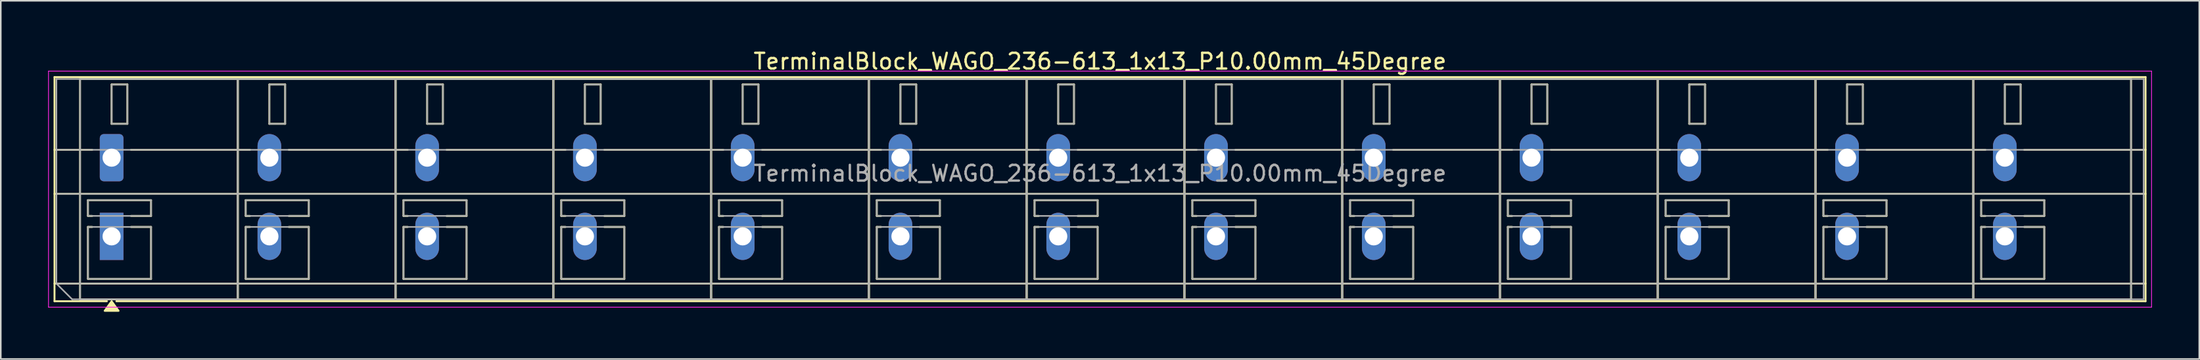
<source format=kicad_pcb>
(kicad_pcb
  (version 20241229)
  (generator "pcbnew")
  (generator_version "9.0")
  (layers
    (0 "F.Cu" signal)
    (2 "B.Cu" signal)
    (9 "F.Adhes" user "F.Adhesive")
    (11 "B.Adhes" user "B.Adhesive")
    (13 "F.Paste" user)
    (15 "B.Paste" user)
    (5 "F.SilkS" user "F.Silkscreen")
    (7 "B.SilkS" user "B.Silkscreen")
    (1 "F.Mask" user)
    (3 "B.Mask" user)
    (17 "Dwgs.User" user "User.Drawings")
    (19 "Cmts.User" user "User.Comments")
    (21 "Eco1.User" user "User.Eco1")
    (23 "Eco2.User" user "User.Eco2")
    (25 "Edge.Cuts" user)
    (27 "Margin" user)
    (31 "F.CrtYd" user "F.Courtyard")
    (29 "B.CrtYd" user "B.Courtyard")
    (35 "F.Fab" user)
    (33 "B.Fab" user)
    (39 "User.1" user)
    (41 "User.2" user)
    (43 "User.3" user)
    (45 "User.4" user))
  (footprint "TerminalBlock_WAGO_236-613_1x13_P10.00mm_45Degree"
    (layer "F.Cu")
    (at 4.025 6.968)
    (property "Reference" "TerminalBlock_WAGO_236-613_1x13_P10.00mm_45Degree" (at 62.65 -6.12 0) (layer "F.SilkS") (effects (font (size 1 1) (thickness 0.15))))
    (attr through_hole)
    (fp_line (start -3.62 -5.12) (end -3.62 9.12) (stroke (width 0.12) (type solid)) (layer "F.SilkS"))
    (fp_line (start -3.62 -5.12) (end 128.92 -5.12) (stroke (width 0.12) (type solid)) (layer "F.SilkS"))
    (fp_line (start -3.62 -0.5) (end -1.23 -0.5) (stroke (width 0.12) (type solid)) (layer "F.SilkS"))
    (fp_line (start -3.62 2.3) (end 128.92 2.3) (stroke (width 0.12) (type solid)) (layer "F.SilkS"))
    (fp_line (start -3.62 8) (end 128.92 8) (stroke (width 0.12) (type solid)) (layer "F.SilkS"))
    (fp_line (start -3.62 9.12) (end -0.3 9.12) (stroke (width 0.12) (type solid)) (layer "F.SilkS"))
    (fp_line (start -2 -5) (end -2 9) (stroke (width 0.12) (type solid)) (layer "F.SilkS"))
    (fp_line (start -2 -5) (end 8 -5) (stroke (width 0.12) (type solid)) (layer "F.SilkS"))
    (fp_line (start -2 9) (end 8 9) (stroke (width 0.12) (type solid)) (layer "F.SilkS"))
    (fp_line (start -1.5 2.7) (end -1.5 3.7) (stroke (width 0.12) (type solid)) (layer "F.SilkS"))
    (fp_line (start -1.5 2.7) (end 2.5 2.7) (stroke (width 0.12) (type solid)) (layer "F.SilkS"))
    (fp_line (start -1.5 3.7) (end -1.23 3.7) (stroke (width 0.12) (type solid)) (layer "F.SilkS"))
    (fp_line (start -1.5 4.4) (end -1.5 7.7) (stroke (width 0.12) (type solid)) (layer "F.SilkS"))
    (fp_line (start -1.5 4.4) (end -1.23 4.4) (stroke (width 0.12) (type solid)) (layer "F.SilkS"))
    (fp_line (start -1.5 7.7) (end 2.5 7.7) (stroke (width 0.12) (type solid)) (layer "F.SilkS"))
    (fp_line (start 0 -4.65) (end 0 -2.15) (stroke (width 0.12) (type solid)) (layer "F.SilkS"))
    (fp_line (start 0 -4.65) (end 1 -4.65) (stroke (width 0.12) (type solid)) (layer "F.SilkS"))
    (fp_line (start 0 -2.15) (end 1 -2.15) (stroke (width 0.12) (type solid)) (layer "F.SilkS"))
    (fp_line (start 0.3 9.12) (end 128.92 9.12) (stroke (width 0.12) (type solid)) (layer "F.SilkS"))
    (fp_line (start 1 -4.65) (end 1 -2.15) (stroke (width 0.12) (type solid)) (layer "F.SilkS"))
    (fp_line (start 1.23 -0.5) (end 8.77 -0.5) (stroke (width 0.12) (type solid)) (layer "F.SilkS"))
    (fp_line (start 1.23 3.7) (end 2.5 3.7) (stroke (width 0.12) (type solid)) (layer "F.SilkS"))
    (fp_line (start 1.23 4.4) (end 2.5 4.4) (stroke (width 0.12) (type solid)) (layer "F.SilkS"))
    (fp_line (start 2.5 2.7) (end 2.5 3.7) (stroke (width 0.12) (type solid)) (layer "F.SilkS"))
    (fp_line (start 2.5 4.4) (end 2.5 7.7) (stroke (width 0.12) (type solid)) (layer "F.SilkS"))
    (fp_line (start 8 -5) (end 8 9) (stroke (width 0.12) (type solid)) (layer "F.SilkS"))
    (fp_line (start 8 -5) (end 8 9) (stroke (width 0.12) (type solid)) (layer "F.SilkS"))
    (fp_line (start 8 -5) (end 18 -5) (stroke (width 0.12) (type solid)) (layer "F.SilkS"))
    (fp_line (start 8 9) (end 18 9) (stroke (width 0.12) (type solid)) (layer "F.SilkS"))
    (fp_line (start 8.5 2.7) (end 8.5 3.7) (stroke (width 0.12) (type solid)) (layer "F.SilkS"))
    (fp_line (start 8.5 2.7) (end 12.5 2.7) (stroke (width 0.12) (type solid)) (layer "F.SilkS"))
    (fp_line (start 8.5 3.7) (end 8.77 3.7) (stroke (width 0.12) (type solid)) (layer "F.SilkS"))
    (fp_line (start 8.5 4.4) (end 8.5 7.7) (stroke (width 0.12) (type solid)) (layer "F.SilkS"))
    (fp_line (start 8.5 4.4) (end 8.77 4.4) (stroke (width 0.12) (type solid)) (layer "F.SilkS"))
    (fp_line (start 8.5 7.7) (end 12.5 7.7) (stroke (width 0.12) (type solid)) (layer "F.SilkS"))
    (fp_line (start 10 -4.65) (end 10 -2.15) (stroke (width 0.12) (type solid)) (layer "F.SilkS"))
    (fp_line (start 10 -4.65) (end 11 -4.65) (stroke (width 0.12) (type solid)) (layer "F.SilkS"))
    (fp_line (start 10 -2.15) (end 11 -2.15) (stroke (width 0.12) (type solid)) (layer "F.SilkS"))
    (fp_line (start 11 -4.65) (end 11 -2.15) (stroke (width 0.12) (type solid)) (layer "F.SilkS"))
    (fp_line (start 11.23 -0.5) (end 18.77 -0.5) (stroke (width 0.12) (type solid)) (layer "F.SilkS"))
    (fp_line (start 11.23 3.7) (end 12.5 3.7) (stroke (width 0.12) (type solid)) (layer "F.SilkS"))
    (fp_line (start 11.23 4.4) (end 12.5 4.4) (stroke (width 0.12) (type solid)) (layer "F.SilkS"))
    (fp_line (start 12.5 2.7) (end 12.5 3.7) (stroke (width 0.12) (type solid)) (layer "F.SilkS"))
    (fp_line (start 12.5 4.4) (end 12.5 7.7) (stroke (width 0.12) (type solid)) (layer "F.SilkS"))
    (fp_line (start 18 -5) (end 18 9) (stroke (width 0.12) (type solid)) (layer "F.SilkS"))
    (fp_line (start 18 -5) (end 18 9) (stroke (width 0.12) (type solid)) (layer "F.SilkS"))
    (fp_line (start 18 -5) (end 28 -5) (stroke (width 0.12) (type solid)) (layer "F.SilkS"))
    (fp_line (start 18 9) (end 28 9) (stroke (width 0.12) (type solid)) (layer "F.SilkS"))
    (fp_line (start 18.5 2.7) (end 18.5 3.7) (stroke (width 0.12) (type solid)) (layer "F.SilkS"))
    (fp_line (start 18.5 2.7) (end 22.5 2.7) (stroke (width 0.12) (type solid)) (layer "F.SilkS"))
    (fp_line (start 18.5 3.7) (end 18.77 3.7) (stroke (width 0.12) (type solid)) (layer "F.SilkS"))
    (fp_line (start 18.5 4.4) (end 18.5 7.7) (stroke (width 0.12) (type solid)) (layer "F.SilkS"))
    (fp_line (start 18.5 4.4) (end 18.77 4.4) (stroke (width 0.12) (type solid)) (layer "F.SilkS"))
    (fp_line (start 18.5 7.7) (end 22.5 7.7) (stroke (width 0.12) (type solid)) (layer "F.SilkS"))
    (fp_line (start 20 -4.65) (end 20 -2.15) (stroke (width 0.12) (type solid)) (layer "F.SilkS"))
    (fp_line (start 20 -4.65) (end 21 -4.65) (stroke (width 0.12) (type solid)) (layer "F.SilkS"))
    (fp_line (start 20 -2.15) (end 21 -2.15) (stroke (width 0.12) (type solid)) (layer "F.SilkS"))
    (fp_line (start 21 -4.65) (end 21 -2.15) (stroke (width 0.12) (type solid)) (layer "F.SilkS"))
    (fp_line (start 21.23 -0.5) (end 28.77 -0.5) (stroke (width 0.12) (type solid)) (layer "F.SilkS"))
    (fp_line (start 21.23 3.7) (end 22.5 3.7) (stroke (width 0.12) (type solid)) (layer "F.SilkS"))
    (fp_line (start 21.23 4.4) (end 22.5 4.4) (stroke (width 0.12) (type solid)) (layer "F.SilkS"))
    (fp_line (start 22.5 2.7) (end 22.5 3.7) (stroke (width 0.12) (type solid)) (layer "F.SilkS"))
    (fp_line (start 22.5 4.4) (end 22.5 7.7) (stroke (width 0.12) (type solid)) (layer "F.SilkS"))
    (fp_line (start 28 -5) (end 28 9) (stroke (width 0.12) (type solid)) (layer "F.SilkS"))
    (fp_line (start 28 -5) (end 28 9) (stroke (width 0.12) (type solid)) (layer "F.SilkS"))
    (fp_line (start 28 -5) (end 38 -5) (stroke (width 0.12) (type solid)) (layer "F.SilkS"))
    (fp_line (start 28 9) (end 38 9) (stroke (width 0.12) (type solid)) (layer "F.SilkS"))
    (fp_line (start 28.5 2.7) (end 28.5 3.7) (stroke (width 0.12) (type solid)) (layer "F.SilkS"))
    (fp_line (start 28.5 2.7) (end 32.5 2.7) (stroke (width 0.12) (type solid)) (layer "F.SilkS"))
    (fp_line (start 28.5 3.7) (end 28.77 3.7) (stroke (width 0.12) (type solid)) (layer "F.SilkS"))
    (fp_line (start 28.5 4.4) (end 28.5 7.7) (stroke (width 0.12) (type solid)) (layer "F.SilkS"))
    (fp_line (start 28.5 4.4) (end 28.77 4.4) (stroke (width 0.12) (type solid)) (layer "F.SilkS"))
    (fp_line (start 28.5 7.7) (end 32.5 7.7) (stroke (width 0.12) (type solid)) (layer "F.SilkS"))
    (fp_line (start 30 -4.65) (end 30 -2.15) (stroke (width 0.12) (type solid)) (layer "F.SilkS"))
    (fp_line (start 30 -4.65) (end 31 -4.65) (stroke (width 0.12) (type solid)) (layer "F.SilkS"))
    (fp_line (start 30 -2.15) (end 31 -2.15) (stroke (width 0.12) (type solid)) (layer "F.SilkS"))
    (fp_line (start 31 -4.65) (end 31 -2.15) (stroke (width 0.12) (type solid)) (layer "F.SilkS"))
    (fp_line (start 31.23 -0.5) (end 38.77 -0.5) (stroke (width 0.12) (type solid)) (layer "F.SilkS"))
    (fp_line (start 31.23 3.7) (end 32.5 3.7) (stroke (width 0.12) (type solid)) (layer "F.SilkS"))
    (fp_line (start 31.23 4.4) (end 32.5 4.4) (stroke (width 0.12) (type solid)) (layer "F.SilkS"))
    (fp_line (start 32.5 2.7) (end 32.5 3.7) (stroke (width 0.12) (type solid)) (layer "F.SilkS"))
    (fp_line (start 32.5 4.4) (end 32.5 7.7) (stroke (width 0.12) (type solid)) (layer "F.SilkS"))
    (fp_line (start 38 -5) (end 38 9) (stroke (width 0.12) (type solid)) (layer "F.SilkS"))
    (fp_line (start 38 -5) (end 38 9) (stroke (width 0.12) (type solid)) (layer "F.SilkS"))
    (fp_line (start 38 -5) (end 48 -5) (stroke (width 0.12) (type solid)) (layer "F.SilkS"))
    (fp_line (start 38 9) (end 48 9) (stroke (width 0.12) (type solid)) (layer "F.SilkS"))
    (fp_line (start 38.5 2.7) (end 38.5 3.7) (stroke (width 0.12) (type solid)) (layer "F.SilkS"))
    (fp_line (start 38.5 2.7) (end 42.5 2.7) (stroke (width 0.12) (type solid)) (layer "F.SilkS"))
    (fp_line (start 38.5 3.7) (end 38.77 3.7) (stroke (width 0.12) (type solid)) (layer "F.SilkS"))
    (fp_line (start 38.5 4.4) (end 38.5 7.7) (stroke (width 0.12) (type solid)) (layer "F.SilkS"))
    (fp_line (start 38.5 4.4) (end 38.77 4.4) (stroke (width 0.12) (type solid)) (layer "F.SilkS"))
    (fp_line (start 38.5 7.7) (end 42.5 7.7) (stroke (width 0.12) (type solid)) (layer "F.SilkS"))
    (fp_line (start 40 -4.65) (end 40 -2.15) (stroke (width 0.12) (type solid)) (layer "F.SilkS"))
    (fp_line (start 40 -4.65) (end 41 -4.65) (stroke (width 0.12) (type solid)) (layer "F.SilkS"))
    (fp_line (start 40 -2.15) (end 41 -2.15) (stroke (width 0.12) (type solid)) (layer "F.SilkS"))
    (fp_line (start 41 -4.65) (end 41 -2.15) (stroke (width 0.12) (type solid)) (layer "F.SilkS"))
    (fp_line (start 41.23 -0.5) (end 48.77 -0.5) (stroke (width 0.12) (type solid)) (layer "F.SilkS"))
    (fp_line (start 41.23 3.7) (end 42.5 3.7) (stroke (width 0.12) (type solid)) (layer "F.SilkS"))
    (fp_line (start 41.23 4.4) (end 42.5 4.4) (stroke (width 0.12) (type solid)) (layer "F.SilkS"))
    (fp_line (start 42.5 2.7) (end 42.5 3.7) (stroke (width 0.12) (type solid)) (layer "F.SilkS"))
    (fp_line (start 42.5 4.4) (end 42.5 7.7) (stroke (width 0.12) (type solid)) (layer "F.SilkS"))
    (fp_line (start 48 -5) (end 48 9) (stroke (width 0.12) (type solid)) (layer "F.SilkS"))
    (fp_line (start 48 -5) (end 48 9) (stroke (width 0.12) (type solid)) (layer "F.SilkS"))
    (fp_line (start 48 -5) (end 58 -5) (stroke (width 0.12) (type solid)) (layer "F.SilkS"))
    (fp_line (start 48 9) (end 58 9) (stroke (width 0.12) (type solid)) (layer "F.SilkS"))
    (fp_line (start 48.5 2.7) (end 48.5 3.7) (stroke (width 0.12) (type solid)) (layer "F.SilkS"))
    (fp_line (start 48.5 2.7) (end 52.5 2.7) (stroke (width 0.12) (type solid)) (layer "F.SilkS"))
    (fp_line (start 48.5 3.7) (end 48.77 3.7) (stroke (width 0.12) (type solid)) (layer "F.SilkS"))
    (fp_line (start 48.5 4.4) (end 48.5 7.7) (stroke (width 0.12) (type solid)) (layer "F.SilkS"))
    (fp_line (start 48.5 4.4) (end 48.77 4.4) (stroke (width 0.12) (type solid)) (layer "F.SilkS"))
    (fp_line (start 48.5 7.7) (end 52.5 7.7) (stroke (width 0.12) (type solid)) (layer "F.SilkS"))
    (fp_line (start 50 -4.65) (end 50 -2.15) (stroke (width 0.12) (type solid)) (layer "F.SilkS"))
    (fp_line (start 50 -4.65) (end 51 -4.65) (stroke (width 0.12) (type solid)) (layer "F.SilkS"))
    (fp_line (start 50 -2.15) (end 51 -2.15) (stroke (width 0.12) (type solid)) (layer "F.SilkS"))
    (fp_line (start 51 -4.65) (end 51 -2.15) (stroke (width 0.12) (type solid)) (layer "F.SilkS"))
    (fp_line (start 51.23 -0.5) (end 58.77 -0.5) (stroke (width 0.12) (type solid)) (layer "F.SilkS"))
    (fp_line (start 51.23 3.7) (end 52.5 3.7) (stroke (width 0.12) (type solid)) (layer "F.SilkS"))
    (fp_line (start 51.23 4.4) (end 52.5 4.4) (stroke (width 0.12) (type solid)) (layer "F.SilkS"))
    (fp_line (start 52.5 2.7) (end 52.5 3.7) (stroke (width 0.12) (type solid)) (layer "F.SilkS"))
    (fp_line (start 52.5 4.4) (end 52.5 7.7) (stroke (width 0.12) (type solid)) (layer "F.SilkS"))
    (fp_line (start 58 -5) (end 58 9) (stroke (width 0.12) (type solid)) (layer "F.SilkS"))
    (fp_line (start 58 -5) (end 58 9) (stroke (width 0.12) (type solid)) (layer "F.SilkS"))
    (fp_line (start 58 -5) (end 68 -5) (stroke (width 0.12) (type solid)) (layer "F.SilkS"))
    (fp_line (start 58 9) (end 68 9) (stroke (width 0.12) (type solid)) (layer "F.SilkS"))
    (fp_line (start 58.5 2.7) (end 58.5 3.7) (stroke (width 0.12) (type solid)) (layer "F.SilkS"))
    (fp_line (start 58.5 2.7) (end 62.5 2.7) (stroke (width 0.12) (type solid)) (layer "F.SilkS"))
    (fp_line (start 58.5 3.7) (end 58.77 3.7) (stroke (width 0.12) (type solid)) (layer "F.SilkS"))
    (fp_line (start 58.5 4.4) (end 58.5 7.7) (stroke (width 0.12) (type solid)) (layer "F.SilkS"))
    (fp_line (start 58.5 4.4) (end 58.77 4.4) (stroke (width 0.12) (type solid)) (layer "F.SilkS"))
    (fp_line (start 58.5 7.7) (end 62.5 7.7) (stroke (width 0.12) (type solid)) (layer "F.SilkS"))
    (fp_line (start 60 -4.65) (end 60 -2.15) (stroke (width 0.12) (type solid)) (layer "F.SilkS"))
    (fp_line (start 60 -4.65) (end 61 -4.65) (stroke (width 0.12) (type solid)) (layer "F.SilkS"))
    (fp_line (start 60 -2.15) (end 61 -2.15) (stroke (width 0.12) (type solid)) (layer "F.SilkS"))
    (fp_line (start 61 -4.65) (end 61 -2.15) (stroke (width 0.12) (type solid)) (layer "F.SilkS"))
    (fp_line (start 61.23 -0.5) (end 68.77 -0.5) (stroke (width 0.12) (type solid)) (layer "F.SilkS"))
    (fp_line (start 61.23 3.7) (end 62.5 3.7) (stroke (width 0.12) (type solid)) (layer "F.SilkS"))
    (fp_line (start 61.23 4.4) (end 62.5 4.4) (stroke (width 0.12) (type solid)) (layer "F.SilkS"))
    (fp_line (start 62.5 2.7) (end 62.5 3.7) (stroke (width 0.12) (type solid)) (layer "F.SilkS"))
    (fp_line (start 62.5 4.4) (end 62.5 7.7) (stroke (width 0.12) (type solid)) (layer "F.SilkS"))
    (fp_line (start 68 -5) (end 68 9) (stroke (width 0.12) (type solid)) (layer "F.SilkS"))
    (fp_line (start 68 -5) (end 68 9) (stroke (width 0.12) (type solid)) (layer "F.SilkS"))
    (fp_line (start 68 -5) (end 78 -5) (stroke (width 0.12) (type solid)) (layer "F.SilkS"))
    (fp_line (start 68 9) (end 78 9) (stroke (width 0.12) (type solid)) (layer "F.SilkS"))
    (fp_line (start 68.5 2.7) (end 68.5 3.7) (stroke (width 0.12) (type solid)) (layer "F.SilkS"))
    (fp_line (start 68.5 2.7) (end 72.5 2.7) (stroke (width 0.12) (type solid)) (layer "F.SilkS"))
    (fp_line (start 68.5 3.7) (end 68.77 3.7) (stroke (width 0.12) (type solid)) (layer "F.SilkS"))
    (fp_line (start 68.5 4.4) (end 68.5 7.7) (stroke (width 0.12) (type solid)) (layer "F.SilkS"))
    (fp_line (start 68.5 4.4) (end 68.77 4.4) (stroke (width 0.12) (type solid)) (layer "F.SilkS"))
    (fp_line (start 68.5 7.7) (end 72.5 7.7) (stroke (width 0.12) (type solid)) (layer "F.SilkS"))
    (fp_line (start 70 -4.65) (end 70 -2.15) (stroke (width 0.12) (type solid)) (layer "F.SilkS"))
    (fp_line (start 70 -4.65) (end 71 -4.65) (stroke (width 0.12) (type solid)) (layer "F.SilkS"))
    (fp_line (start 70 -2.15) (end 71 -2.15) (stroke (width 0.12) (type solid)) (layer "F.SilkS"))
    (fp_line (start 71 -4.65) (end 71 -2.15) (stroke (width 0.12) (type solid)) (layer "F.SilkS"))
    (fp_line (start 71.23 -0.5) (end 78.77 -0.5) (stroke (width 0.12) (type solid)) (layer "F.SilkS"))
    (fp_line (start 71.23 3.7) (end 72.5 3.7) (stroke (width 0.12) (type solid)) (layer "F.SilkS"))
    (fp_line (start 71.23 4.4) (end 72.5 4.4) (stroke (width 0.12) (type solid)) (layer "F.SilkS"))
    (fp_line (start 72.5 2.7) (end 72.5 3.7) (stroke (width 0.12) (type solid)) (layer "F.SilkS"))
    (fp_line (start 72.5 4.4) (end 72.5 7.7) (stroke (width 0.12) (type solid)) (layer "F.SilkS"))
    (fp_line (start 78 -5) (end 78 9) (stroke (width 0.12) (type solid)) (layer "F.SilkS"))
    (fp_line (start 78 -5) (end 78 9) (stroke (width 0.12) (type solid)) (layer "F.SilkS"))
    (fp_line (start 78 -5) (end 88 -5) (stroke (width 0.12) (type solid)) (layer "F.SilkS"))
    (fp_line (start 78 9) (end 88 9) (stroke (width 0.12) (type solid)) (layer "F.SilkS"))
    (fp_line (start 78.5 2.7) (end 78.5 3.7) (stroke (width 0.12) (type solid)) (layer "F.SilkS"))
    (fp_line (start 78.5 2.7) (end 82.5 2.7) (stroke (width 0.12) (type solid)) (layer "F.SilkS"))
    (fp_line (start 78.5 3.7) (end 78.77 3.7) (stroke (width 0.12) (type solid)) (layer "F.SilkS"))
    (fp_line (start 78.5 4.4) (end 78.5 7.7) (stroke (width 0.12) (type solid)) (layer "F.SilkS"))
    (fp_line (start 78.5 4.4) (end 78.77 4.4) (stroke (width 0.12) (type solid)) (layer "F.SilkS"))
    (fp_line (start 78.5 7.7) (end 82.5 7.7) (stroke (width 0.12) (type solid)) (layer "F.SilkS"))
    (fp_line (start 80 -4.65) (end 80 -2.15) (stroke (width 0.12) (type solid)) (layer "F.SilkS"))
    (fp_line (start 80 -4.65) (end 81 -4.65) (stroke (width 0.12) (type solid)) (layer "F.SilkS"))
    (fp_line (start 80 -2.15) (end 81 -2.15) (stroke (width 0.12) (type solid)) (layer "F.SilkS"))
    (fp_line (start 81 -4.65) (end 81 -2.15) (stroke (width 0.12) (type solid)) (layer "F.SilkS"))
    (fp_line (start 81.23 -0.5) (end 88.77 -0.5) (stroke (width 0.12) (type solid)) (layer "F.SilkS"))
    (fp_line (start 81.23 3.7) (end 82.5 3.7) (stroke (width 0.12) (type solid)) (layer "F.SilkS"))
    (fp_line (start 81.23 4.4) (end 82.5 4.4) (stroke (width 0.12) (type solid)) (layer "F.SilkS"))
    (fp_line (start 82.5 2.7) (end 82.5 3.7) (stroke (width 0.12) (type solid)) (layer "F.SilkS"))
    (fp_line (start 82.5 4.4) (end 82.5 7.7) (stroke (width 0.12) (type solid)) (layer "F.SilkS"))
    (fp_line (start 88 -5) (end 88 9) (stroke (width 0.12) (type solid)) (layer "F.SilkS"))
    (fp_line (start 88 -5) (end 88 9) (stroke (width 0.12) (type solid)) (layer "F.SilkS"))
    (fp_line (start 88 -5) (end 98 -5) (stroke (width 0.12) (type solid)) (layer "F.SilkS"))
    (fp_line (start 88 9) (end 98 9) (stroke (width 0.12) (type solid)) (layer "F.SilkS"))
    (fp_line (start 88.5 2.7) (end 88.5 3.7) (stroke (width 0.12) (type solid)) (layer "F.SilkS"))
    (fp_line (start 88.5 2.7) (end 92.5 2.7) (stroke (width 0.12) (type solid)) (layer "F.SilkS"))
    (fp_line (start 88.5 3.7) (end 88.77 3.7) (stroke (width 0.12) (type solid)) (layer "F.SilkS"))
    (fp_line (start 88.5 4.4) (end 88.5 7.7) (stroke (width 0.12) (type solid)) (layer "F.SilkS"))
    (fp_line (start 88.5 4.4) (end 88.77 4.4) (stroke (width 0.12) (type solid)) (layer "F.SilkS"))
    (fp_line (start 88.5 7.7) (end 92.5 7.7) (stroke (width 0.12) (type solid)) (layer "F.SilkS"))
    (fp_line (start 90 -4.65) (end 90 -2.15) (stroke (width 0.12) (type solid)) (layer "F.SilkS"))
    (fp_line (start 90 -4.65) (end 91 -4.65) (stroke (width 0.12) (type solid)) (layer "F.SilkS"))
    (fp_line (start 90 -2.15) (end 91 -2.15) (stroke (width 0.12) (type solid)) (layer "F.SilkS"))
    (fp_line (start 91 -4.65) (end 91 -2.15) (stroke (width 0.12) (type solid)) (layer "F.SilkS"))
    (fp_line (start 91.23 -0.5) (end 98.77 -0.5) (stroke (width 0.12) (type solid)) (layer "F.SilkS"))
    (fp_line (start 91.23 3.7) (end 92.5 3.7) (stroke (width 0.12) (type solid)) (layer "F.SilkS"))
    (fp_line (start 91.23 4.4) (end 92.5 4.4) (stroke (width 0.12) (type solid)) (layer "F.SilkS"))
    (fp_line (start 92.5 2.7) (end 92.5 3.7) (stroke (width 0.12) (type solid)) (layer "F.SilkS"))
    (fp_line (start 92.5 4.4) (end 92.5 7.7) (stroke (width 0.12) (type solid)) (layer "F.SilkS"))
    (fp_line (start 98 -5) (end 98 9) (stroke (width 0.12) (type solid)) (layer "F.SilkS"))
    (fp_line (start 98 -5) (end 98 9) (stroke (width 0.12) (type solid)) (layer "F.SilkS"))
    (fp_line (start 98 -5) (end 108 -5) (stroke (width 0.12) (type solid)) (layer "F.SilkS"))
    (fp_line (start 98 9) (end 108 9) (stroke (width 0.12) (type solid)) (layer "F.SilkS"))
    (fp_line (start 98.5 2.7) (end 98.5 3.7) (stroke (width 0.12) (type solid)) (layer "F.SilkS"))
    (fp_line (start 98.5 2.7) (end 102.5 2.7) (stroke (width 0.12) (type solid)) (layer "F.SilkS"))
    (fp_line (start 98.5 3.7) (end 98.77 3.7) (stroke (width 0.12) (type solid)) (layer "F.SilkS"))
    (fp_line (start 98.5 4.4) (end 98.5 7.7) (stroke (width 0.12) (type solid)) (layer "F.SilkS"))
    (fp_line (start 98.5 4.4) (end 98.77 4.4) (stroke (width 0.12) (type solid)) (layer "F.SilkS"))
    (fp_line (start 98.5 7.7) (end 102.5 7.7) (stroke (width 0.12) (type solid)) (layer "F.SilkS"))
    (fp_line (start 100 -4.65) (end 100 -2.15) (stroke (width 0.12) (type solid)) (layer "F.SilkS"))
    (fp_line (start 100 -4.65) (end 101 -4.65) (stroke (width 0.12) (type solid)) (layer "F.SilkS"))
    (fp_line (start 100 -2.15) (end 101 -2.15) (stroke (width 0.12) (type solid)) (layer "F.SilkS"))
    (fp_line (start 101 -4.65) (end 101 -2.15) (stroke (width 0.12) (type solid)) (layer "F.SilkS"))
    (fp_line (start 101.23 -0.5) (end 108.77 -0.5) (stroke (width 0.12) (type solid)) (layer "F.SilkS"))
    (fp_line (start 101.23 3.7) (end 102.5 3.7) (stroke (width 0.12) (type solid)) (layer "F.SilkS"))
    (fp_line (start 101.23 4.4) (end 102.5 4.4) (stroke (width 0.12) (type solid)) (layer "F.SilkS"))
    (fp_line (start 102.5 2.7) (end 102.5 3.7) (stroke (width 0.12) (type solid)) (layer "F.SilkS"))
    (fp_line (start 102.5 4.4) (end 102.5 7.7) (stroke (width 0.12) (type solid)) (layer "F.SilkS"))
    (fp_line (start 108 -5) (end 108 9) (stroke (width 0.12) (type solid)) (layer "F.SilkS"))
    (fp_line (start 108 -5) (end 108 9) (stroke (width 0.12) (type solid)) (layer "F.SilkS"))
    (fp_line (start 108 -5) (end 118 -5) (stroke (width 0.12) (type solid)) (layer "F.SilkS"))
    (fp_line (start 108 9) (end 118 9) (stroke (width 0.12) (type solid)) (layer "F.SilkS"))
    (fp_line (start 108.5 2.7) (end 108.5 3.7) (stroke (width 0.12) (type solid)) (layer "F.SilkS"))
    (fp_line (start 108.5 2.7) (end 112.5 2.7) (stroke (width 0.12) (type solid)) (layer "F.SilkS"))
    (fp_line (start 108.5 3.7) (end 108.77 3.7) (stroke (width 0.12) (type solid)) (layer "F.SilkS"))
    (fp_line (start 108.5 4.4) (end 108.5 7.7) (stroke (width 0.12) (type solid)) (layer "F.SilkS"))
    (fp_line (start 108.5 4.4) (end 108.77 4.4) (stroke (width 0.12) (type solid)) (layer "F.SilkS"))
    (fp_line (start 108.5 7.7) (end 112.5 7.7) (stroke (width 0.12) (type solid)) (layer "F.SilkS"))
    (fp_line (start 110 -4.65) (end 110 -2.15) (stroke (width 0.12) (type solid)) (layer "F.SilkS"))
    (fp_line (start 110 -4.65) (end 111 -4.65) (stroke (width 0.12) (type solid)) (layer "F.SilkS"))
    (fp_line (start 110 -2.15) (end 111 -2.15) (stroke (width 0.12) (type solid)) (layer "F.SilkS"))
    (fp_line (start 111 -4.65) (end 111 -2.15) (stroke (width 0.12) (type solid)) (layer "F.SilkS"))
    (fp_line (start 111.23 -0.5) (end 118.77 -0.5) (stroke (width 0.12) (type solid)) (layer "F.SilkS"))
    (fp_line (start 111.23 3.7) (end 112.5 3.7) (stroke (width 0.12) (type solid)) (layer "F.SilkS"))
    (fp_line (start 111.23 4.4) (end 112.5 4.4) (stroke (width 0.12) (type solid)) (layer "F.SilkS"))
    (fp_line (start 112.5 2.7) (end 112.5 3.7) (stroke (width 0.12) (type solid)) (layer "F.SilkS"))
    (fp_line (start 112.5 4.4) (end 112.5 7.7) (stroke (width 0.12) (type solid)) (layer "F.SilkS"))
    (fp_line (start 118 -5) (end 118 9) (stroke (width 0.12) (type solid)) (layer "F.SilkS"))
    (fp_line (start 118 -5) (end 118 9) (stroke (width 0.12) (type solid)) (layer "F.SilkS"))
    (fp_line (start 118 -5) (end 128 -5) (stroke (width 0.12) (type solid)) (layer "F.SilkS"))
    (fp_line (start 118 9) (end 128 9) (stroke (width 0.12) (type solid)) (layer "F.SilkS"))
    (fp_line (start 118.5 2.7) (end 118.5 3.7) (stroke (width 0.12) (type solid)) (layer "F.SilkS"))
    (fp_line (start 118.5 2.7) (end 122.5 2.7) (stroke (width 0.12) (type solid)) (layer "F.SilkS"))
    (fp_line (start 118.5 3.7) (end 118.77 3.7) (stroke (width 0.12) (type solid)) (layer "F.SilkS"))
    (fp_line (start 118.5 4.4) (end 118.5 7.7) (stroke (width 0.12) (type solid)) (layer "F.SilkS"))
    (fp_line (start 118.5 4.4) (end 118.77 4.4) (stroke (width 0.12) (type solid)) (layer "F.SilkS"))
    (fp_line (start 118.5 7.7) (end 122.5 7.7) (stroke (width 0.12) (type solid)) (layer "F.SilkS"))
    (fp_line (start 120 -4.65) (end 120 -2.15) (stroke (width 0.12) (type solid)) (layer "F.SilkS"))
    (fp_line (start 120 -4.65) (end 121 -4.65) (stroke (width 0.12) (type solid)) (layer "F.SilkS"))
    (fp_line (start 120 -2.15) (end 121 -2.15) (stroke (width 0.12) (type solid)) (layer "F.SilkS"))
    (fp_line (start 121 -4.65) (end 121 -2.15) (stroke (width 0.12) (type solid)) (layer "F.SilkS"))
    (fp_line (start 121.23 -0.5) (end 128.92 -0.5) (stroke (width 0.12) (type solid)) (layer "F.SilkS"))
    (fp_line (start 121.23 3.7) (end 122.5 3.7) (stroke (width 0.12) (type solid)) (layer "F.SilkS"))
    (fp_line (start 121.23 4.4) (end 122.5 4.4) (stroke (width 0.12) (type solid)) (layer "F.SilkS"))
    (fp_line (start 122.5 2.7) (end 122.5 3.7) (stroke (width 0.12) (type solid)) (layer "F.SilkS"))
    (fp_line (start 122.5 4.4) (end 122.5 7.7) (stroke (width 0.12) (type solid)) (layer "F.SilkS"))
    (fp_line (start 128 -5) (end 128 9) (stroke (width 0.12) (type solid)) (layer "F.SilkS"))
    (fp_line (start 128.92 -5.12) (end 128.92 9.12) (stroke (width 0.12) (type solid)) (layer "F.SilkS"))
    (fp_poly (pts (xy 0 9.12) (xy 0.44 9.73) (xy -0.44 9.73)) (stroke (width 0.12) (type solid)) (fill yes) (layer "F.SilkS"))
    (fp_line (start -4 -5.5) (end -4 9.5) (stroke (width 0.05) (type solid)) (layer "F.CrtYd"))
    (fp_line (start -4 9.5) (end 129.3 9.5) (stroke (width 0.05) (type solid)) (layer "F.CrtYd"))
    (fp_line (start 129.3 -5.5) (end -4 -5.5) (stroke (width 0.05) (type solid)) (layer "F.CrtYd"))
    (fp_line (start 129.3 9.5) (end 129.3 -5.5) (stroke (width 0.05) (type solid)) (layer "F.CrtYd"))
    (fp_line (start -3.5 -5) (end 128.8 -5) (stroke (width 0.1) (type solid)) (layer "F.Fab"))
    (fp_line (start -3.5 -0.5) (end 128.8 -0.5) (stroke (width 0.1) (type solid)) (layer "F.Fab"))
    (fp_line (start -3.5 2.3) (end 128.8 2.3) (stroke (width 0.1) (type solid)) (layer "F.Fab"))
    (fp_line (start -3.5 8) (end -3.5 -5) (stroke (width 0.1) (type solid)) (layer "F.Fab"))
    (fp_line (start -3.5 8) (end 128.8 8) (stroke (width 0.1) (type solid)) (layer "F.Fab"))
    (fp_line (start -2.5 9) (end -3.5 8) (stroke (width 0.1) (type solid)) (layer "F.Fab"))
    (fp_line (start -2 -5) (end -2 9) (stroke (width 0.1) (type solid)) (layer "F.Fab"))
    (fp_line (start -2 9) (end 8 9) (stroke (width 0.1) (type solid)) (layer "F.Fab"))
    (fp_line (start -1.5 2.7) (end -1.5 3.7) (stroke (width 0.1) (type solid)) (layer "F.Fab"))
    (fp_line (start -1.5 3.7) (end 2.5 3.7) (stroke (width 0.1) (type solid)) (layer "F.Fab"))
    (fp_line (start -1.5 4.4) (end -1.5 7.7) (stroke (width 0.1) (type solid)) (layer "F.Fab"))
    (fp_line (start -1.5 7.7) (end 2.5 7.7) (stroke (width 0.1) (type solid)) (layer "F.Fab"))
    (fp_line (start 0 -4.65) (end 0 -2.15) (stroke (width 0.1) (type solid)) (layer "F.Fab"))
    (fp_line (start 0 -2.15) (end 1 -2.15) (stroke (width 0.1) (type solid)) (layer "F.Fab"))
    (fp_line (start 1 -4.65) (end 0 -4.65) (stroke (width 0.1) (type solid)) (layer "F.Fab"))
    (fp_line (start 1 -2.15) (end 1 -4.65) (stroke (width 0.1) (type solid)) (layer "F.Fab"))
    (fp_line (start 2.5 2.7) (end -1.5 2.7) (stroke (width 0.1) (type solid)) (layer "F.Fab"))
    (fp_line (start 2.5 3.7) (end 2.5 2.7) (stroke (width 0.1) (type solid)) (layer "F.Fab"))
    (fp_line (start 2.5 4.4) (end -1.5 4.4) (stroke (width 0.1) (type solid)) (layer "F.Fab"))
    (fp_line (start 2.5 7.7) (end 2.5 4.4) (stroke (width 0.1) (type solid)) (layer "F.Fab"))
    (fp_line (start 8 -5) (end -2 -5) (stroke (width 0.1) (type solid)) (layer "F.Fab"))
    (fp_line (start 8 -5) (end 8 9) (stroke (width 0.1) (type solid)) (layer "F.Fab"))
    (fp_line (start 8 9) (end 8 -5) (stroke (width 0.1) (type solid)) (layer "F.Fab"))
    (fp_line (start 8 9) (end 18 9) (stroke (width 0.1) (type solid)) (layer "F.Fab"))
    (fp_line (start 8.5 2.7) (end 8.5 3.7) (stroke (width 0.1) (type solid)) (layer "F.Fab"))
    (fp_line (start 8.5 3.7) (end 12.5 3.7) (stroke (width 0.1) (type solid)) (layer "F.Fab"))
    (fp_line (start 8.5 4.4) (end 8.5 7.7) (stroke (width 0.1) (type solid)) (layer "F.Fab"))
    (fp_line (start 8.5 7.7) (end 12.5 7.7) (stroke (width 0.1) (type solid)) (layer "F.Fab"))
    (fp_line (start 10 -4.65) (end 10 -2.15) (stroke (width 0.1) (type solid)) (layer "F.Fab"))
    (fp_line (start 10 -2.15) (end 11 -2.15) (stroke (width 0.1) (type solid)) (layer "F.Fab"))
    (fp_line (start 11 -4.65) (end 10 -4.65) (stroke (width 0.1) (type solid)) (layer "F.Fab"))
    (fp_line (start 11 -2.15) (end 11 -4.65) (stroke (width 0.1) (type solid)) (layer "F.Fab"))
    (fp_line (start 12.5 2.7) (end 8.5 2.7) (stroke (width 0.1) (type solid)) (layer "F.Fab"))
    (fp_line (start 12.5 3.7) (end 12.5 2.7) (stroke (width 0.1) (type solid)) (layer "F.Fab"))
    (fp_line (start 12.5 4.4) (end 8.5 4.4) (stroke (width 0.1) (type solid)) (layer "F.Fab"))
    (fp_line (start 12.5 7.7) (end 12.5 4.4) (stroke (width 0.1) (type solid)) (layer "F.Fab"))
    (fp_line (start 18 -5) (end 8 -5) (stroke (width 0.1) (type solid)) (layer "F.Fab"))
    (fp_line (start 18 -5) (end 18 9) (stroke (width 0.1) (type solid)) (layer "F.Fab"))
    (fp_line (start 18 9) (end 18 -5) (stroke (width 0.1) (type solid)) (layer "F.Fab"))
    (fp_line (start 18 9) (end 28 9) (stroke (width 0.1) (type solid)) (layer "F.Fab"))
    (fp_line (start 18.5 2.7) (end 18.5 3.7) (stroke (width 0.1) (type solid)) (layer "F.Fab"))
    (fp_line (start 18.5 3.7) (end 22.5 3.7) (stroke (width 0.1) (type solid)) (layer "F.Fab"))
    (fp_line (start 18.5 4.4) (end 18.5 7.7) (stroke (width 0.1) (type solid)) (layer "F.Fab"))
    (fp_line (start 18.5 7.7) (end 22.5 7.7) (stroke (width 0.1) (type solid)) (layer "F.Fab"))
    (fp_line (start 20 -4.65) (end 20 -2.15) (stroke (width 0.1) (type solid)) (layer "F.Fab"))
    (fp_line (start 20 -2.15) (end 21 -2.15) (stroke (width 0.1) (type solid)) (layer "F.Fab"))
    (fp_line (start 21 -4.65) (end 20 -4.65) (stroke (width 0.1) (type solid)) (layer "F.Fab"))
    (fp_line (start 21 -2.15) (end 21 -4.65) (stroke (width 0.1) (type solid)) (layer "F.Fab"))
    (fp_line (start 22.5 2.7) (end 18.5 2.7) (stroke (width 0.1) (type solid)) (layer "F.Fab"))
    (fp_line (start 22.5 3.7) (end 22.5 2.7) (stroke (width 0.1) (type solid)) (layer "F.Fab"))
    (fp_line (start 22.5 4.4) (end 18.5 4.4) (stroke (width 0.1) (type solid)) (layer "F.Fab"))
    (fp_line (start 22.5 7.7) (end 22.5 4.4) (stroke (width 0.1) (type solid)) (layer "F.Fab"))
    (fp_line (start 28 -5) (end 18 -5) (stroke (width 0.1) (type solid)) (layer "F.Fab"))
    (fp_line (start 28 -5) (end 28 9) (stroke (width 0.1) (type solid)) (layer "F.Fab"))
    (fp_line (start 28 9) (end 28 -5) (stroke (width 0.1) (type solid)) (layer "F.Fab"))
    (fp_line (start 28 9) (end 38 9) (stroke (width 0.1) (type solid)) (layer "F.Fab"))
    (fp_line (start 28.5 2.7) (end 28.5 3.7) (stroke (width 0.1) (type solid)) (layer "F.Fab"))
    (fp_line (start 28.5 3.7) (end 32.5 3.7) (stroke (width 0.1) (type solid)) (layer "F.Fab"))
    (fp_line (start 28.5 4.4) (end 28.5 7.7) (stroke (width 0.1) (type solid)) (layer "F.Fab"))
    (fp_line (start 28.5 7.7) (end 32.5 7.7) (stroke (width 0.1) (type solid)) (layer "F.Fab"))
    (fp_line (start 30 -4.65) (end 30 -2.15) (stroke (width 0.1) (type solid)) (layer "F.Fab"))
    (fp_line (start 30 -2.15) (end 31 -2.15) (stroke (width 0.1) (type solid)) (layer "F.Fab"))
    (fp_line (start 31 -4.65) (end 30 -4.65) (stroke (width 0.1) (type solid)) (layer "F.Fab"))
    (fp_line (start 31 -2.15) (end 31 -4.65) (stroke (width 0.1) (type solid)) (layer "F.Fab"))
    (fp_line (start 32.5 2.7) (end 28.5 2.7) (stroke (width 0.1) (type solid)) (layer "F.Fab"))
    (fp_line (start 32.5 3.7) (end 32.5 2.7) (stroke (width 0.1) (type solid)) (layer "F.Fab"))
    (fp_line (start 32.5 4.4) (end 28.5 4.4) (stroke (width 0.1) (type solid)) (layer "F.Fab"))
    (fp_line (start 32.5 7.7) (end 32.5 4.4) (stroke (width 0.1) (type solid)) (layer "F.Fab"))
    (fp_line (start 38 -5) (end 28 -5) (stroke (width 0.1) (type solid)) (layer "F.Fab"))
    (fp_line (start 38 -5) (end 38 9) (stroke (width 0.1) (type solid)) (layer "F.Fab"))
    (fp_line (start 38 9) (end 38 -5) (stroke (width 0.1) (type solid)) (layer "F.Fab"))
    (fp_line (start 38 9) (end 48 9) (stroke (width 0.1) (type solid)) (layer "F.Fab"))
    (fp_line (start 38.5 2.7) (end 38.5 3.7) (stroke (width 0.1) (type solid)) (layer "F.Fab"))
    (fp_line (start 38.5 3.7) (end 42.5 3.7) (stroke (width 0.1) (type solid)) (layer "F.Fab"))
    (fp_line (start 38.5 4.4) (end 38.5 7.7) (stroke (width 0.1) (type solid)) (layer "F.Fab"))
    (fp_line (start 38.5 7.7) (end 42.5 7.7) (stroke (width 0.1) (type solid)) (layer "F.Fab"))
    (fp_line (start 40 -4.65) (end 40 -2.15) (stroke (width 0.1) (type solid)) (layer "F.Fab"))
    (fp_line (start 40 -2.15) (end 41 -2.15) (stroke (width 0.1) (type solid)) (layer "F.Fab"))
    (fp_line (start 41 -4.65) (end 40 -4.65) (stroke (width 0.1) (type solid)) (layer "F.Fab"))
    (fp_line (start 41 -2.15) (end 41 -4.65) (stroke (width 0.1) (type solid)) (layer "F.Fab"))
    (fp_line (start 42.5 2.7) (end 38.5 2.7) (stroke (width 0.1) (type solid)) (layer "F.Fab"))
    (fp_line (start 42.5 3.7) (end 42.5 2.7) (stroke (width 0.1) (type solid)) (layer "F.Fab"))
    (fp_line (start 42.5 4.4) (end 38.5 4.4) (stroke (width 0.1) (type solid)) (layer "F.Fab"))
    (fp_line (start 42.5 7.7) (end 42.5 4.4) (stroke (width 0.1) (type solid)) (layer "F.Fab"))
    (fp_line (start 48 -5) (end 38 -5) (stroke (width 0.1) (type solid)) (layer "F.Fab"))
    (fp_line (start 48 -5) (end 48 9) (stroke (width 0.1) (type solid)) (layer "F.Fab"))
    (fp_line (start 48 9) (end 48 -5) (stroke (width 0.1) (type solid)) (layer "F.Fab"))
    (fp_line (start 48 9) (end 58 9) (stroke (width 0.1) (type solid)) (layer "F.Fab"))
    (fp_line (start 48.5 2.7) (end 48.5 3.7) (stroke (width 0.1) (type solid)) (layer "F.Fab"))
    (fp_line (start 48.5 3.7) (end 52.5 3.7) (stroke (width 0.1) (type solid)) (layer "F.Fab"))
    (fp_line (start 48.5 4.4) (end 48.5 7.7) (stroke (width 0.1) (type solid)) (layer "F.Fab"))
    (fp_line (start 48.5 7.7) (end 52.5 7.7) (stroke (width 0.1) (type solid)) (layer "F.Fab"))
    (fp_line (start 50 -4.65) (end 50 -2.15) (stroke (width 0.1) (type solid)) (layer "F.Fab"))
    (fp_line (start 50 -2.15) (end 51 -2.15) (stroke (width 0.1) (type solid)) (layer "F.Fab"))
    (fp_line (start 51 -4.65) (end 50 -4.65) (stroke (width 0.1) (type solid)) (layer "F.Fab"))
    (fp_line (start 51 -2.15) (end 51 -4.65) (stroke (width 0.1) (type solid)) (layer "F.Fab"))
    (fp_line (start 52.5 2.7) (end 48.5 2.7) (stroke (width 0.1) (type solid)) (layer "F.Fab"))
    (fp_line (start 52.5 3.7) (end 52.5 2.7) (stroke (width 0.1) (type solid)) (layer "F.Fab"))
    (fp_line (start 52.5 4.4) (end 48.5 4.4) (stroke (width 0.1) (type solid)) (layer "F.Fab"))
    (fp_line (start 52.5 7.7) (end 52.5 4.4) (stroke (width 0.1) (type solid)) (layer "F.Fab"))
    (fp_line (start 58 -5) (end 48 -5) (stroke (width 0.1) (type solid)) (layer "F.Fab"))
    (fp_line (start 58 -5) (end 58 9) (stroke (width 0.1) (type solid)) (layer "F.Fab"))
    (fp_line (start 58 9) (end 58 -5) (stroke (width 0.1) (type solid)) (layer "F.Fab"))
    (fp_line (start 58 9) (end 68 9) (stroke (width 0.1) (type solid)) (layer "F.Fab"))
    (fp_line (start 58.5 2.7) (end 58.5 3.7) (stroke (width 0.1) (type solid)) (layer "F.Fab"))
    (fp_line (start 58.5 3.7) (end 62.5 3.7) (stroke (width 0.1) (type solid)) (layer "F.Fab"))
    (fp_line (start 58.5 4.4) (end 58.5 7.7) (stroke (width 0.1) (type solid)) (layer "F.Fab"))
    (fp_line (start 58.5 7.7) (end 62.5 7.7) (stroke (width 0.1) (type solid)) (layer "F.Fab"))
    (fp_line (start 60 -4.65) (end 60 -2.15) (stroke (width 0.1) (type solid)) (layer "F.Fab"))
    (fp_line (start 60 -2.15) (end 61 -2.15) (stroke (width 0.1) (type solid)) (layer "F.Fab"))
    (fp_line (start 61 -4.65) (end 60 -4.65) (stroke (width 0.1) (type solid)) (layer "F.Fab"))
    (fp_line (start 61 -2.15) (end 61 -4.65) (stroke (width 0.1) (type solid)) (layer "F.Fab"))
    (fp_line (start 62.5 2.7) (end 58.5 2.7) (stroke (width 0.1) (type solid)) (layer "F.Fab"))
    (fp_line (start 62.5 3.7) (end 62.5 2.7) (stroke (width 0.1) (type solid)) (layer "F.Fab"))
    (fp_line (start 62.5 4.4) (end 58.5 4.4) (stroke (width 0.1) (type solid)) (layer "F.Fab"))
    (fp_line (start 62.5 7.7) (end 62.5 4.4) (stroke (width 0.1) (type solid)) (layer "F.Fab"))
    (fp_line (start 68 -5) (end 58 -5) (stroke (width 0.1) (type solid)) (layer "F.Fab"))
    (fp_line (start 68 -5) (end 68 9) (stroke (width 0.1) (type solid)) (layer "F.Fab"))
    (fp_line (start 68 9) (end 68 -5) (stroke (width 0.1) (type solid)) (layer "F.Fab"))
    (fp_line (start 68 9) (end 78 9) (stroke (width 0.1) (type solid)) (layer "F.Fab"))
    (fp_line (start 68.5 2.7) (end 68.5 3.7) (stroke (width 0.1) (type solid)) (layer "F.Fab"))
    (fp_line (start 68.5 3.7) (end 72.5 3.7) (stroke (width 0.1) (type solid)) (layer "F.Fab"))
    (fp_line (start 68.5 4.4) (end 68.5 7.7) (stroke (width 0.1) (type solid)) (layer "F.Fab"))
    (fp_line (start 68.5 7.7) (end 72.5 7.7) (stroke (width 0.1) (type solid)) (layer "F.Fab"))
    (fp_line (start 70 -4.65) (end 70 -2.15) (stroke (width 0.1) (type solid)) (layer "F.Fab"))
    (fp_line (start 70 -2.15) (end 71 -2.15) (stroke (width 0.1) (type solid)) (layer "F.Fab"))
    (fp_line (start 71 -4.65) (end 70 -4.65) (stroke (width 0.1) (type solid)) (layer "F.Fab"))
    (fp_line (start 71 -2.15) (end 71 -4.65) (stroke (width 0.1) (type solid)) (layer "F.Fab"))
    (fp_line (start 72.5 2.7) (end 68.5 2.7) (stroke (width 0.1) (type solid)) (layer "F.Fab"))
    (fp_line (start 72.5 3.7) (end 72.5 2.7) (stroke (width 0.1) (type solid)) (layer "F.Fab"))
    (fp_line (start 72.5 4.4) (end 68.5 4.4) (stroke (width 0.1) (type solid)) (layer "F.Fab"))
    (fp_line (start 72.5 7.7) (end 72.5 4.4) (stroke (width 0.1) (type solid)) (layer "F.Fab"))
    (fp_line (start 78 -5) (end 68 -5) (stroke (width 0.1) (type solid)) (layer "F.Fab"))
    (fp_line (start 78 -5) (end 78 9) (stroke (width 0.1) (type solid)) (layer "F.Fab"))
    (fp_line (start 78 9) (end 78 -5) (stroke (width 0.1) (type solid)) (layer "F.Fab"))
    (fp_line (start 78 9) (end 88 9) (stroke (width 0.1) (type solid)) (layer "F.Fab"))
    (fp_line (start 78.5 2.7) (end 78.5 3.7) (stroke (width 0.1) (type solid)) (layer "F.Fab"))
    (fp_line (start 78.5 3.7) (end 82.5 3.7) (stroke (width 0.1) (type solid)) (layer "F.Fab"))
    (fp_line (start 78.5 4.4) (end 78.5 7.7) (stroke (width 0.1) (type solid)) (layer "F.Fab"))
    (fp_line (start 78.5 7.7) (end 82.5 7.7) (stroke (width 0.1) (type solid)) (layer "F.Fab"))
    (fp_line (start 80 -4.65) (end 80 -2.15) (stroke (width 0.1) (type solid)) (layer "F.Fab"))
    (fp_line (start 80 -2.15) (end 81 -2.15) (stroke (width 0.1) (type solid)) (layer "F.Fab"))
    (fp_line (start 81 -4.65) (end 80 -4.65) (stroke (width 0.1) (type solid)) (layer "F.Fab"))
    (fp_line (start 81 -2.15) (end 81 -4.65) (stroke (width 0.1) (type solid)) (layer "F.Fab"))
    (fp_line (start 82.5 2.7) (end 78.5 2.7) (stroke (width 0.1) (type solid)) (layer "F.Fab"))
    (fp_line (start 82.5 3.7) (end 82.5 2.7) (stroke (width 0.1) (type solid)) (layer "F.Fab"))
    (fp_line (start 82.5 4.4) (end 78.5 4.4) (stroke (width 0.1) (type solid)) (layer "F.Fab"))
    (fp_line (start 82.5 7.7) (end 82.5 4.4) (stroke (width 0.1) (type solid)) (layer "F.Fab"))
    (fp_line (start 88 -5) (end 78 -5) (stroke (width 0.1) (type solid)) (layer "F.Fab"))
    (fp_line (start 88 -5) (end 88 9) (stroke (width 0.1) (type solid)) (layer "F.Fab"))
    (fp_line (start 88 9) (end 88 -5) (stroke (width 0.1) (type solid)) (layer "F.Fab"))
    (fp_line (start 88 9) (end 98 9) (stroke (width 0.1) (type solid)) (layer "F.Fab"))
    (fp_line (start 88.5 2.7) (end 88.5 3.7) (stroke (width 0.1) (type solid)) (layer "F.Fab"))
    (fp_line (start 88.5 3.7) (end 92.5 3.7) (stroke (width 0.1) (type solid)) (layer "F.Fab"))
    (fp_line (start 88.5 4.4) (end 88.5 7.7) (stroke (width 0.1) (type solid)) (layer "F.Fab"))
    (fp_line (start 88.5 7.7) (end 92.5 7.7) (stroke (width 0.1) (type solid)) (layer "F.Fab"))
    (fp_line (start 90 -4.65) (end 90 -2.15) (stroke (width 0.1) (type solid)) (layer "F.Fab"))
    (fp_line (start 90 -2.15) (end 91 -2.15) (stroke (width 0.1) (type solid)) (layer "F.Fab"))
    (fp_line (start 91 -4.65) (end 90 -4.65) (stroke (width 0.1) (type solid)) (layer "F.Fab"))
    (fp_line (start 91 -2.15) (end 91 -4.65) (stroke (width 0.1) (type solid)) (layer "F.Fab"))
    (fp_line (start 92.5 2.7) (end 88.5 2.7) (stroke (width 0.1) (type solid)) (layer "F.Fab"))
    (fp_line (start 92.5 3.7) (end 92.5 2.7) (stroke (width 0.1) (type solid)) (layer "F.Fab"))
    (fp_line (start 92.5 4.4) (end 88.5 4.4) (stroke (width 0.1) (type solid)) (layer "F.Fab"))
    (fp_line (start 92.5 7.7) (end 92.5 4.4) (stroke (width 0.1) (type solid)) (layer "F.Fab"))
    (fp_line (start 98 -5) (end 88 -5) (stroke (width 0.1) (type solid)) (layer "F.Fab"))
    (fp_line (start 98 -5) (end 98 9) (stroke (width 0.1) (type solid)) (layer "F.Fab"))
    (fp_line (start 98 9) (end 98 -5) (stroke (width 0.1) (type solid)) (layer "F.Fab"))
    (fp_line (start 98 9) (end 108 9) (stroke (width 0.1) (type solid)) (layer "F.Fab"))
    (fp_line (start 98.5 2.7) (end 98.5 3.7) (stroke (width 0.1) (type solid)) (layer "F.Fab"))
    (fp_line (start 98.5 3.7) (end 102.5 3.7) (stroke (width 0.1) (type solid)) (layer "F.Fab"))
    (fp_line (start 98.5 4.4) (end 98.5 7.7) (stroke (width 0.1) (type solid)) (layer "F.Fab"))
    (fp_line (start 98.5 7.7) (end 102.5 7.7) (stroke (width 0.1) (type solid)) (layer "F.Fab"))
    (fp_line (start 100 -4.65) (end 100 -2.15) (stroke (width 0.1) (type solid)) (layer "F.Fab"))
    (fp_line (start 100 -2.15) (end 101 -2.15) (stroke (width 0.1) (type solid)) (layer "F.Fab"))
    (fp_line (start 101 -4.65) (end 100 -4.65) (stroke (width 0.1) (type solid)) (layer "F.Fab"))
    (fp_line (start 101 -2.15) (end 101 -4.65) (stroke (width 0.1) (type solid)) (layer "F.Fab"))
    (fp_line (start 102.5 2.7) (end 98.5 2.7) (stroke (width 0.1) (type solid)) (layer "F.Fab"))
    (fp_line (start 102.5 3.7) (end 102.5 2.7) (stroke (width 0.1) (type solid)) (layer "F.Fab"))
    (fp_line (start 102.5 4.4) (end 98.5 4.4) (stroke (width 0.1) (type solid)) (layer "F.Fab"))
    (fp_line (start 102.5 7.7) (end 102.5 4.4) (stroke (width 0.1) (type solid)) (layer "F.Fab"))
    (fp_line (start 108 -5) (end 98 -5) (stroke (width 0.1) (type solid)) (layer "F.Fab"))
    (fp_line (start 108 -5) (end 108 9) (stroke (width 0.1) (type solid)) (layer "F.Fab"))
    (fp_line (start 108 9) (end 108 -5) (stroke (width 0.1) (type solid)) (layer "F.Fab"))
    (fp_line (start 108 9) (end 118 9) (stroke (width 0.1) (type solid)) (layer "F.Fab"))
    (fp_line (start 108.5 2.7) (end 108.5 3.7) (stroke (width 0.1) (type solid)) (layer "F.Fab"))
    (fp_line (start 108.5 3.7) (end 112.5 3.7) (stroke (width 0.1) (type solid)) (layer "F.Fab"))
    (fp_line (start 108.5 4.4) (end 108.5 7.7) (stroke (width 0.1) (type solid)) (layer "F.Fab"))
    (fp_line (start 108.5 7.7) (end 112.5 7.7) (stroke (width 0.1) (type solid)) (layer "F.Fab"))
    (fp_line (start 110 -4.65) (end 110 -2.15) (stroke (width 0.1) (type solid)) (layer "F.Fab"))
    (fp_line (start 110 -2.15) (end 111 -2.15) (stroke (width 0.1) (type solid)) (layer "F.Fab"))
    (fp_line (start 111 -4.65) (end 110 -4.65) (stroke (width 0.1) (type solid)) (layer "F.Fab"))
    (fp_line (start 111 -2.15) (end 111 -4.65) (stroke (width 0.1) (type solid)) (layer "F.Fab"))
    (fp_line (start 112.5 2.7) (end 108.5 2.7) (stroke (width 0.1) (type solid)) (layer "F.Fab"))
    (fp_line (start 112.5 3.7) (end 112.5 2.7) (stroke (width 0.1) (type solid)) (layer "F.Fab"))
    (fp_line (start 112.5 4.4) (end 108.5 4.4) (stroke (width 0.1) (type solid)) (layer "F.Fab"))
    (fp_line (start 112.5 7.7) (end 112.5 4.4) (stroke (width 0.1) (type solid)) (layer "F.Fab"))
    (fp_line (start 118 -5) (end 108 -5) (stroke (width 0.1) (type solid)) (layer "F.Fab"))
    (fp_line (start 118 -5) (end 118 9) (stroke (width 0.1) (type solid)) (layer "F.Fab"))
    (fp_line (start 118 9) (end 118 -5) (stroke (width 0.1) (type solid)) (layer "F.Fab"))
    (fp_line (start 118 9) (end 128 9) (stroke (width 0.1) (type solid)) (layer "F.Fab"))
    (fp_line (start 118.5 2.7) (end 118.5 3.7) (stroke (width 0.1) (type solid)) (layer "F.Fab"))
    (fp_line (start 118.5 3.7) (end 122.5 3.7) (stroke (width 0.1) (type solid)) (layer "F.Fab"))
    (fp_line (start 118.5 4.4) (end 118.5 7.7) (stroke (width 0.1) (type solid)) (layer "F.Fab"))
    (fp_line (start 118.5 7.7) (end 122.5 7.7) (stroke (width 0.1) (type solid)) (layer "F.Fab"))
    (fp_line (start 120 -4.65) (end 120 -2.15) (stroke (width 0.1) (type solid)) (layer "F.Fab"))
    (fp_line (start 120 -2.15) (end 121 -2.15) (stroke (width 0.1) (type solid)) (layer "F.Fab"))
    (fp_line (start 121 -4.65) (end 120 -4.65) (stroke (width 0.1) (type solid)) (layer "F.Fab"))
    (fp_line (start 121 -2.15) (end 121 -4.65) (stroke (width 0.1) (type solid)) (layer "F.Fab"))
    (fp_line (start 122.5 2.7) (end 118.5 2.7) (stroke (width 0.1) (type solid)) (layer "F.Fab"))
    (fp_line (start 122.5 3.7) (end 122.5 2.7) (stroke (width 0.1) (type solid)) (layer "F.Fab"))
    (fp_line (start 122.5 4.4) (end 118.5 4.4) (stroke (width 0.1) (type solid)) (layer "F.Fab"))
    (fp_line (start 122.5 7.7) (end 122.5 4.4) (stroke (width 0.1) (type solid)) (layer "F.Fab"))
    (fp_line (start 128 -5) (end 118 -5) (stroke (width 0.1) (type solid)) (layer "F.Fab"))
    (fp_line (start 128 9) (end 128 -5) (stroke (width 0.1) (type solid)) (layer "F.Fab"))
    (fp_line (start 128.8 -5) (end 128.8 9) (stroke (width 0.1) (type solid)) (layer "F.Fab"))
    (fp_line (start 128.8 9) (end -2.5 9) (stroke (width 0.1) (type solid)) (layer "F.Fab"))
    (fp_text user "${REFERENCE}" (at 62.65 1 0) (layer "F.Fab") (effects (font (size 1 1) (thickness 0.15))))
    (pad "1" thru_hole roundrect (at 0 0) (size 1.5 3) (drill 1.15) (layers "*.Cu" "*.Mask") (roundrect_rratio 0.167))
    (pad "1" thru_hole rect (at 0 5) (size 1.5 3) (drill 1.15) (layers "*.Cu" "*.Mask"))
    (pad "2" thru_hole oval (at 10 0) (size 1.5 3) (drill 1.15) (layers "*.Cu" "*.Mask"))
    (pad "2" thru_hole oval (at 10 5) (size 1.5 3) (drill 1.15) (layers "*.Cu" "*.Mask"))
    (pad "3" thru_hole oval (at 20 0) (size 1.5 3) (drill 1.15) (layers "*.Cu" "*.Mask"))
    (pad "3" thru_hole oval (at 20 5) (size 1.5 3) (drill 1.15) (layers "*.Cu" "*.Mask"))
    (pad "4" thru_hole oval (at 30 0) (size 1.5 3) (drill 1.15) (layers "*.Cu" "*.Mask"))
    (pad "4" thru_hole oval (at 30 5) (size 1.5 3) (drill 1.15) (layers "*.Cu" "*.Mask"))
    (pad "5" thru_hole oval (at 40 0) (size 1.5 3) (drill 1.15) (layers "*.Cu" "*.Mask"))
    (pad "5" thru_hole oval (at 40 5) (size 1.5 3) (drill 1.15) (layers "*.Cu" "*.Mask"))
    (pad "6" thru_hole oval (at 50 0) (size 1.5 3) (drill 1.15) (layers "*.Cu" "*.Mask"))
    (pad "6" thru_hole oval (at 50 5) (size 1.5 3) (drill 1.15) (layers "*.Cu" "*.Mask"))
    (pad "7" thru_hole oval (at 60 0) (size 1.5 3) (drill 1.15) (layers "*.Cu" "*.Mask"))
    (pad "7" thru_hole oval (at 60 5) (size 1.5 3) (drill 1.15) (layers "*.Cu" "*.Mask"))
    (pad "8" thru_hole oval (at 70 0) (size 1.5 3) (drill 1.15) (layers "*.Cu" "*.Mask"))
    (pad "8" thru_hole oval (at 70 5) (size 1.5 3) (drill 1.15) (layers "*.Cu" "*.Mask"))
    (pad "9" thru_hole oval (at 80 0) (size 1.5 3) (drill 1.15) (layers "*.Cu" "*.Mask"))
    (pad "9" thru_hole oval (at 80 5) (size 1.5 3) (drill 1.15) (layers "*.Cu" "*.Mask"))
    (pad "10" thru_hole oval (at 90 0) (size 1.5 3) (drill 1.15) (layers "*.Cu" "*.Mask"))
    (pad "10" thru_hole oval (at 90 5) (size 1.5 3) (drill 1.15) (layers "*.Cu" "*.Mask"))
    (pad "11" thru_hole oval (at 100 0) (size 1.5 3) (drill 1.15) (layers "*.Cu" "*.Mask"))
    (pad "11" thru_hole oval (at 100 5) (size 1.5 3) (drill 1.15) (layers "*.Cu" "*.Mask"))
    (pad "12" thru_hole oval (at 110 0) (size 1.5 3) (drill 1.15) (layers "*.Cu" "*.Mask"))
    (pad "12" thru_hole oval (at 110 5) (size 1.5 3) (drill 1.15) (layers "*.Cu" "*.Mask"))
    (pad "13" thru_hole oval (at 120 0) (size 1.5 3) (drill 1.15) (layers "*.Cu" "*.Mask"))
    (pad "13" thru_hole oval (at 120 5) (size 1.5 3) (drill 1.15) (layers "*.Cu" "*.Mask")))
  (gr_rect
    (start -3 -3)
    (end 136.35 19.758)
    (stroke (width 0.1) (type default))
    (fill no)
    (layer "Edge.Cuts")))
</source>
